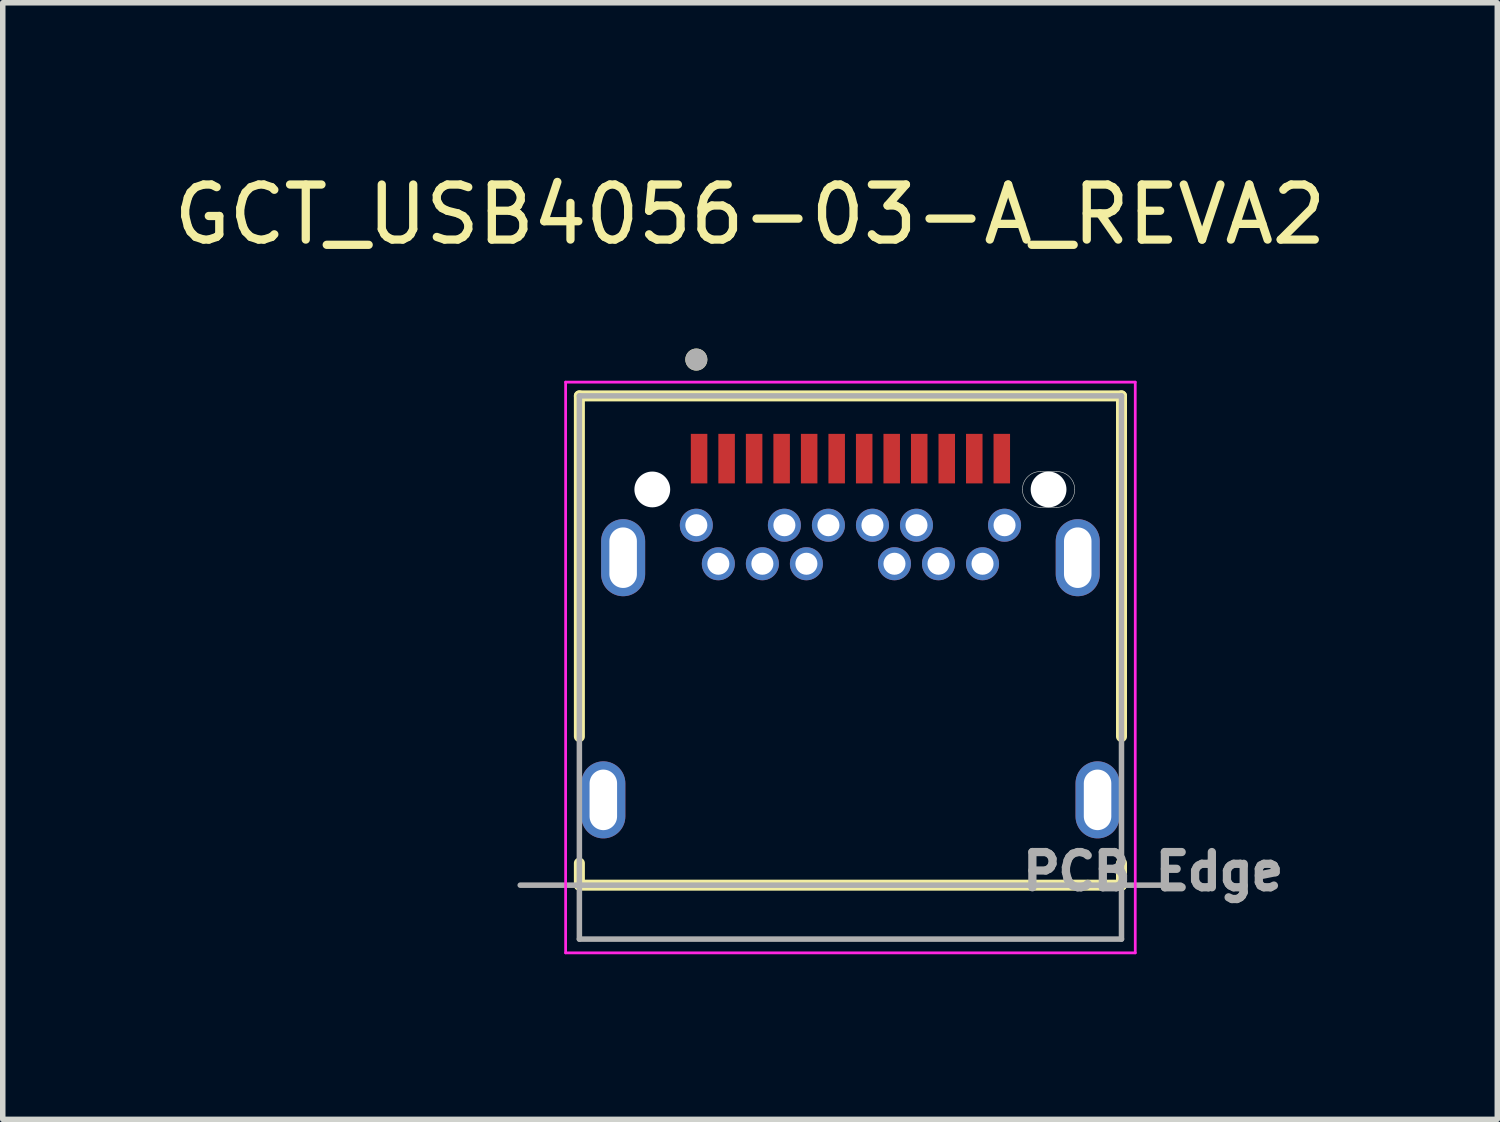
<source format=kicad_pcb>
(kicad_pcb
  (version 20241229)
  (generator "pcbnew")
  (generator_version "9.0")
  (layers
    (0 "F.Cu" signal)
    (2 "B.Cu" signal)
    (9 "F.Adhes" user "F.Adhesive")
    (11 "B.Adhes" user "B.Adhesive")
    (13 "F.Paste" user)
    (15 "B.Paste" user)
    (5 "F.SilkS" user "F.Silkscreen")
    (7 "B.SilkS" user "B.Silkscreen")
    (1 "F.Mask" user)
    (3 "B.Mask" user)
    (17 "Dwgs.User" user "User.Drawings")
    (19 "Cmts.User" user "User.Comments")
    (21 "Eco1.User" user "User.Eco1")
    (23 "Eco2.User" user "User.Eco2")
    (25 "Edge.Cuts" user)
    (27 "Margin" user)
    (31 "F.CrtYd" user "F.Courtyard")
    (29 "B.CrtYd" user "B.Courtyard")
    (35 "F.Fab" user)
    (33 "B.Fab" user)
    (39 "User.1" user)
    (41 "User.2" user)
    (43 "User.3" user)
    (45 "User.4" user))
  (footprint "GCT_USB4056-03-A_REVA2"
    (layer "F.Cu")
    (at 12.402 11.483)
    (property "Reference" "GCT_USB4056-03-A_REVA2" (at -1.825 -10.635 0) (layer "F.SilkS") (effects (font (size 1 1) (thickness 0.15))))
    (attr through_hole)
    (fp_poly (pts (xy 3.025 -5.64) (xy 3.026 -5.662) (xy 3.027 -5.684) (xy 3.03 -5.706) (xy 3.034 -5.728) (xy 3.039 -5.75) (xy 3.046 -5.771) (xy 3.053 -5.792) (xy 3.062 -5.813) (xy 3.071 -5.833) (xy 3.082 -5.853) (xy 3.094 -5.871) (xy 3.106 -5.89) (xy 3.12 -5.907) (xy 3.134 -5.924) (xy 3.149 -5.941) (xy 3.166 -5.956) (xy 3.183 -5.97) (xy 3.2 -5.984) (xy 3.219 -5.996) (xy 3.237 -6.008) (xy 3.257 -6.019) (xy 3.277 -6.028) (xy 3.298 -6.037) (xy 3.319 -6.044) (xy 3.34 -6.051) (xy 3.362 -6.056) (xy 3.384 -6.06) (xy 3.406 -6.063) (xy 3.428 -6.064) (xy 3.45 -6.065) (xy 3.75 -6.065) (xy 3.772 -6.064) (xy 3.794 -6.063) (xy 3.816 -6.06) (xy 3.838 -6.056) (xy 3.86 -6.051) (xy 3.881 -6.044) (xy 3.902 -6.037) (xy 3.923 -6.028) (xy 3.943 -6.019) (xy 3.962 -6.008) (xy 3.981 -5.996) (xy 4 -5.984) (xy 4.017 -5.97) (xy 4.034 -5.956) (xy 4.051 -5.941) (xy 4.066 -5.924) (xy 4.08 -5.907) (xy 4.094 -5.89) (xy 4.106 -5.871) (xy 4.118 -5.853) (xy 4.129 -5.833) (xy 4.138 -5.813) (xy 4.147 -5.792) (xy 4.154 -5.771) (xy 4.161 -5.75) (xy 4.166 -5.728) (xy 4.17 -5.706) (xy 4.173 -5.684) (xy 4.174 -5.662) (xy 4.175 -5.64) (xy 4.174 -5.618) (xy 4.173 -5.596) (xy 4.17 -5.574) (xy 4.166 -5.552) (xy 4.161 -5.53) (xy 4.154 -5.509) (xy 4.147 -5.488) (xy 4.138 -5.467) (xy 4.129 -5.447) (xy 4.118 -5.428) (xy 4.106 -5.409) (xy 4.094 -5.39) (xy 4.08 -5.373) (xy 4.066 -5.356) (xy 4.051 -5.339) (xy 4.034 -5.324) (xy 4.017 -5.31) (xy 4 -5.296) (xy 3.981 -5.284) (xy 3.962 -5.272) (xy 3.943 -5.261) (xy 3.923 -5.252) (xy 3.902 -5.243) (xy 3.881 -5.236) (xy 3.86 -5.229) (xy 3.838 -5.224) (xy 3.816 -5.22) (xy 3.794 -5.217) (xy 3.772 -5.216) (xy 3.75 -5.215) (xy 3.45 -5.215) (xy 3.428 -5.216) (xy 3.406 -5.217) (xy 3.384 -5.22) (xy 3.362 -5.224) (xy 3.34 -5.229) (xy 3.319 -5.236) (xy 3.298 -5.243) (xy 3.277 -5.252) (xy 3.257 -5.261) (xy 3.237 -5.272) (xy 3.219 -5.284) (xy 3.2 -5.296) (xy 3.183 -5.31) (xy 3.166 -5.324) (xy 3.149 -5.339) (xy 3.134 -5.356) (xy 3.12 -5.373) (xy 3.106 -5.39) (xy 3.094 -5.409) (xy 3.082 -5.428) (xy 3.071 -5.447) (xy 3.062 -5.467) (xy 3.053 -5.488) (xy 3.046 -5.509) (xy 3.039 -5.53) (xy 3.034 -5.552) (xy 3.03 -5.574) (xy 3.027 -5.596) (xy 3.026 -5.618) (xy 3.025 -5.64)) (stroke (width 0.01) (type solid)) (fill yes) (layer "F.Mask"))
    (fp_poly (pts (xy 3.025 -5.64) (xy 3.026 -5.662) (xy 3.027 -5.684) (xy 3.03 -5.706) (xy 3.034 -5.728) (xy 3.039 -5.75) (xy 3.046 -5.771) (xy 3.053 -5.792) (xy 3.062 -5.813) (xy 3.071 -5.833) (xy 3.082 -5.853) (xy 3.094 -5.871) (xy 3.106 -5.89) (xy 3.12 -5.907) (xy 3.134 -5.924) (xy 3.149 -5.941) (xy 3.166 -5.956) (xy 3.183 -5.97) (xy 3.2 -5.984) (xy 3.219 -5.996) (xy 3.237 -6.008) (xy 3.257 -6.019) (xy 3.277 -6.028) (xy 3.298 -6.037) (xy 3.319 -6.044) (xy 3.34 -6.051) (xy 3.362 -6.056) (xy 3.384 -6.06) (xy 3.406 -6.063) (xy 3.428 -6.064) (xy 3.45 -6.065) (xy 3.75 -6.065) (xy 3.772 -6.064) (xy 3.794 -6.063) (xy 3.816 -6.06) (xy 3.838 -6.056) (xy 3.86 -6.051) (xy 3.881 -6.044) (xy 3.902 -6.037) (xy 3.923 -6.028) (xy 3.943 -6.019) (xy 3.962 -6.008) (xy 3.981 -5.996) (xy 4 -5.984) (xy 4.017 -5.97) (xy 4.034 -5.956) (xy 4.051 -5.941) (xy 4.066 -5.924) (xy 4.08 -5.907) (xy 4.094 -5.89) (xy 4.106 -5.871) (xy 4.118 -5.853) (xy 4.129 -5.833) (xy 4.138 -5.813) (xy 4.147 -5.792) (xy 4.154 -5.771) (xy 4.161 -5.75) (xy 4.166 -5.728) (xy 4.17 -5.706) (xy 4.173 -5.684) (xy 4.174 -5.662) (xy 4.175 -5.64) (xy 4.174 -5.618) (xy 4.173 -5.596) (xy 4.17 -5.574) (xy 4.166 -5.552) (xy 4.161 -5.53) (xy 4.154 -5.509) (xy 4.147 -5.488) (xy 4.138 -5.467) (xy 4.129 -5.447) (xy 4.118 -5.428) (xy 4.106 -5.409) (xy 4.094 -5.39) (xy 4.08 -5.373) (xy 4.066 -5.356) (xy 4.051 -5.339) (xy 4.034 -5.324) (xy 4.017 -5.31) (xy 4 -5.296) (xy 3.981 -5.284) (xy 3.962 -5.272) (xy 3.943 -5.261) (xy 3.923 -5.252) (xy 3.902 -5.243) (xy 3.881 -5.236) (xy 3.86 -5.229) (xy 3.838 -5.224) (xy 3.816 -5.22) (xy 3.794 -5.217) (xy 3.772 -5.216) (xy 3.75 -5.215) (xy 3.45 -5.215) (xy 3.428 -5.216) (xy 3.406 -5.217) (xy 3.384 -5.22) (xy 3.362 -5.224) (xy 3.34 -5.229) (xy 3.319 -5.236) (xy 3.298 -5.243) (xy 3.277 -5.252) (xy 3.257 -5.261) (xy 3.237 -5.272) (xy 3.219 -5.284) (xy 3.2 -5.296) (xy 3.183 -5.31) (xy 3.166 -5.324) (xy 3.149 -5.339) (xy 3.134 -5.356) (xy 3.12 -5.373) (xy 3.106 -5.39) (xy 3.094 -5.409) (xy 3.082 -5.428) (xy 3.071 -5.447) (xy 3.062 -5.467) (xy 3.053 -5.488) (xy 3.046 -5.509) (xy 3.039 -5.53) (xy 3.034 -5.552) (xy 3.03 -5.574) (xy 3.027 -5.596) (xy 3.026 -5.618) (xy 3.025 -5.64)) (stroke (width 0.01) (type solid)) (fill yes) (layer "B.Mask"))
    (fp_line (start -4.925 -7.34) (end -4.925 -1.15) (stroke (width 0.2) (type solid)) (layer "F.SilkS"))
    (fp_line (start -4.925 -7.34) (end 4.925 -7.34) (stroke (width 0.2) (type solid)) (layer "F.SilkS"))
    (fp_line (start -4.925 1.55) (end -4.925 1.15) (stroke (width 0.2) (type solid)) (layer "F.SilkS"))
    (fp_line (start -4.925 1.55) (end 4.925 1.55) (stroke (width 0.2) (type solid)) (layer "F.SilkS"))
    (fp_line (start 4.925 -1.15) (end 4.925 -7.34) (stroke (width 0.2) (type solid)) (layer "F.SilkS"))
    (fp_line (start 4.925 1.55) (end 4.925 1.15) (stroke (width 0.2) (type solid)) (layer "F.SilkS"))
    (fp_circle (center -2.8 -8) (end -2.7 -8) (stroke (width 0.2) (type solid)) (fill no) (layer "F.SilkS"))
    (fp_line (start 3.45 -5.965) (end 3.75 -5.965) (stroke (width 0.01) (type solid)) (layer "Edge.Cuts"))
    (fp_line (start 3.75 -5.315) (end 3.45 -5.315) (stroke (width 0.01) (type solid)) (layer "Edge.Cuts"))
    (fp_arc (start 3.125 -5.64) (mid 3.22019 -5.86981) (end 3.45 -5.965) (stroke (width 0.01) (type solid)) (layer "Edge.Cuts"))
    (fp_arc (start 3.45 -5.315) (mid 3.22019 -5.41019) (end 3.125 -5.64) (stroke (width 0.01) (type solid)) (layer "Edge.Cuts"))
    (fp_arc (start 3.75 -5.965) (mid 3.97981 -5.86981) (end 4.075 -5.64) (stroke (width 0.01) (type solid)) (layer "Edge.Cuts"))
    (fp_arc (start 4.075 -5.64) (mid 3.97981 -5.41019) (end 3.75 -5.315) (stroke (width 0.01) (type solid)) (layer "Edge.Cuts"))
    (fp_line (start -5.175 -7.59) (end 5.175 -7.59) (stroke (width 0.05) (type solid)) (layer "F.CrtYd"))
    (fp_line (start -5.175 2.78) (end -5.175 -7.59) (stroke (width 0.05) (type solid)) (layer "F.CrtYd"))
    (fp_line (start -5.175 2.78) (end 5.175 2.78) (stroke (width 0.05) (type solid)) (layer "F.CrtYd"))
    (fp_line (start 5.175 2.78) (end 5.175 -7.59) (stroke (width 0.05) (type solid)) (layer "F.CrtYd"))
    (fp_line (start -6 1.55) (end 6 1.55) (stroke (width 0.1) (type solid)) (layer "F.Fab"))
    (fp_line (start -4.925 -7.34) (end 4.925 -7.34) (stroke (width 0.1) (type solid)) (layer "F.Fab"))
    (fp_line (start -4.925 2.53) (end -4.925 -7.34) (stroke (width 0.1) (type solid)) (layer "F.Fab"))
    (fp_line (start -4.925 2.53) (end 4.925 2.53) (stroke (width 0.1) (type solid)) (layer "F.Fab"))
    (fp_line (start 4.925 2.53) (end 4.925 -7.34) (stroke (width 0.1) (type solid)) (layer "F.Fab"))
    (fp_circle (center -2.8 -8) (end -2.7 -8) (stroke (width 0.2) (type solid)) (fill no) (layer "F.Fab"))
    (fp_text user "PCB Edge" (at 5.5 1.3 0) (layer "F.Fab") (effects (font (size 0.64 0.64) (thickness 0.15))))
    (pad "" np_thru_hole circle (at -3.6 -5.64) (size 0.65 0.65) (drill 0.65) (layers "*.Cu" "*.Mask"))
    (pad "" np_thru_hole circle (at 3.6 -5.64) (size 0.65 0.65) (drill 0.65) (layers "*.Cu" "*.Mask"))
    (pad "A1" smd rect (at -2.75 -6.2) (size 0.3 0.9) (layers "F.Cu" "F.Mask" "F.Paste"))
    (pad "A2" smd rect (at -2.25 -6.2) (size 0.3 0.9) (layers "F.Cu" "F.Mask" "F.Paste"))
    (pad "A3" smd rect (at -1.75 -6.2) (size 0.3 0.9) (layers "F.Cu" "F.Mask" "F.Paste"))
    (pad "A4" smd rect (at -1.25 -6.2) (size 0.3 0.9) (layers "F.Cu" "F.Mask" "F.Paste"))
    (pad "A5" smd rect (at -0.75 -6.2) (size 0.3 0.9) (layers "F.Cu" "F.Mask" "F.Paste"))
    (pad "A6" smd rect (at -0.25 -6.2) (size 0.3 0.9) (layers "F.Cu" "F.Mask" "F.Paste"))
    (pad "A7" smd rect (at 0.25 -6.2) (size 0.3 0.9) (layers "F.Cu" "F.Mask" "F.Paste"))
    (pad "A8" smd rect (at 0.75 -6.2) (size 0.3 0.9) (layers "F.Cu" "F.Mask" "F.Paste"))
    (pad "A9" smd rect (at 1.25 -6.2) (size 0.3 0.9) (layers "F.Cu" "F.Mask" "F.Paste"))
    (pad "A10" smd rect (at 1.75 -6.2) (size 0.3 0.9) (layers "F.Cu" "F.Mask" "F.Paste"))
    (pad "A11" smd rect (at 2.25 -6.2) (size 0.3 0.9) (layers "F.Cu" "F.Mask" "F.Paste"))
    (pad "A12" smd rect (at 2.75 -6.2) (size 0.3 0.9) (layers "F.Cu" "F.Mask" "F.Paste"))
    (pad "B1" thru_hole circle (at 2.8 -4.99) (size 0.6 0.6) (drill 0.4) (layers "*.Cu" "*.Mask"))
    (pad "B2" thru_hole circle (at 2.4 -4.29) (size 0.6 0.6) (drill 0.4) (layers "*.Cu" "*.Mask"))
    (pad "B3" thru_hole circle (at 1.6 -4.29) (size 0.6 0.6) (drill 0.4) (layers "*.Cu" "*.Mask"))
    (pad "B4" thru_hole circle (at 1.2 -4.99) (size 0.6 0.6) (drill 0.4) (layers "*.Cu" "*.Mask"))
    (pad "B5" thru_hole circle (at 0.8 -4.29) (size 0.6 0.6) (drill 0.4) (layers "*.Cu" "*.Mask"))
    (pad "B6" thru_hole circle (at 0.4 -4.99) (size 0.6 0.6) (drill 0.4) (layers "*.Cu" "*.Mask"))
    (pad "B7" thru_hole circle (at -0.4 -4.99) (size 0.6 0.6) (drill 0.4) (layers "*.Cu" "*.Mask"))
    (pad "B8" thru_hole circle (at -0.8 -4.29) (size 0.6 0.6) (drill 0.4) (layers "*.Cu" "*.Mask"))
    (pad "B9" thru_hole circle (at -1.2 -4.99) (size 0.6 0.6) (drill 0.4) (layers "*.Cu" "*.Mask"))
    (pad "B10" thru_hole circle (at -1.6 -4.29) (size 0.6 0.6) (drill 0.4) (layers "*.Cu" "*.Mask"))
    (pad "B11" thru_hole circle (at -2.4 -4.29) (size 0.6 0.6) (drill 0.4) (layers "*.Cu" "*.Mask"))
    (pad "B12" thru_hole circle (at -2.8 -4.99) (size 0.6 0.6) (drill 0.4) (layers "*.Cu" "*.Mask"))
    (pad "S1" thru_hole oval (at -4.49 0) (size 0.8 1.4) (drill oval 0.5 1.1) (layers "*.Cu" "*.Mask"))
    (pad "S1" thru_hole oval (at -4.13 -4.4) (size 0.8 1.4) (drill oval 0.5 1.1) (layers "*.Cu" "*.Mask"))
    (pad "S1" thru_hole oval (at 4.13 -4.4) (size 0.8 1.4) (drill oval 0.5 1.1) (layers "*.Cu" "*.Mask"))
    (pad "S1" thru_hole oval (at 4.49 0) (size 0.8 1.4) (drill oval 0.5 1.1) (layers "*.Cu" "*.Mask")))
  (gr_rect
    (start -3 -3)
    (end 24.155 17.288)
    (stroke (width 0.1) (type default))
    (fill no)
    (layer "Edge.Cuts")))
</source>
